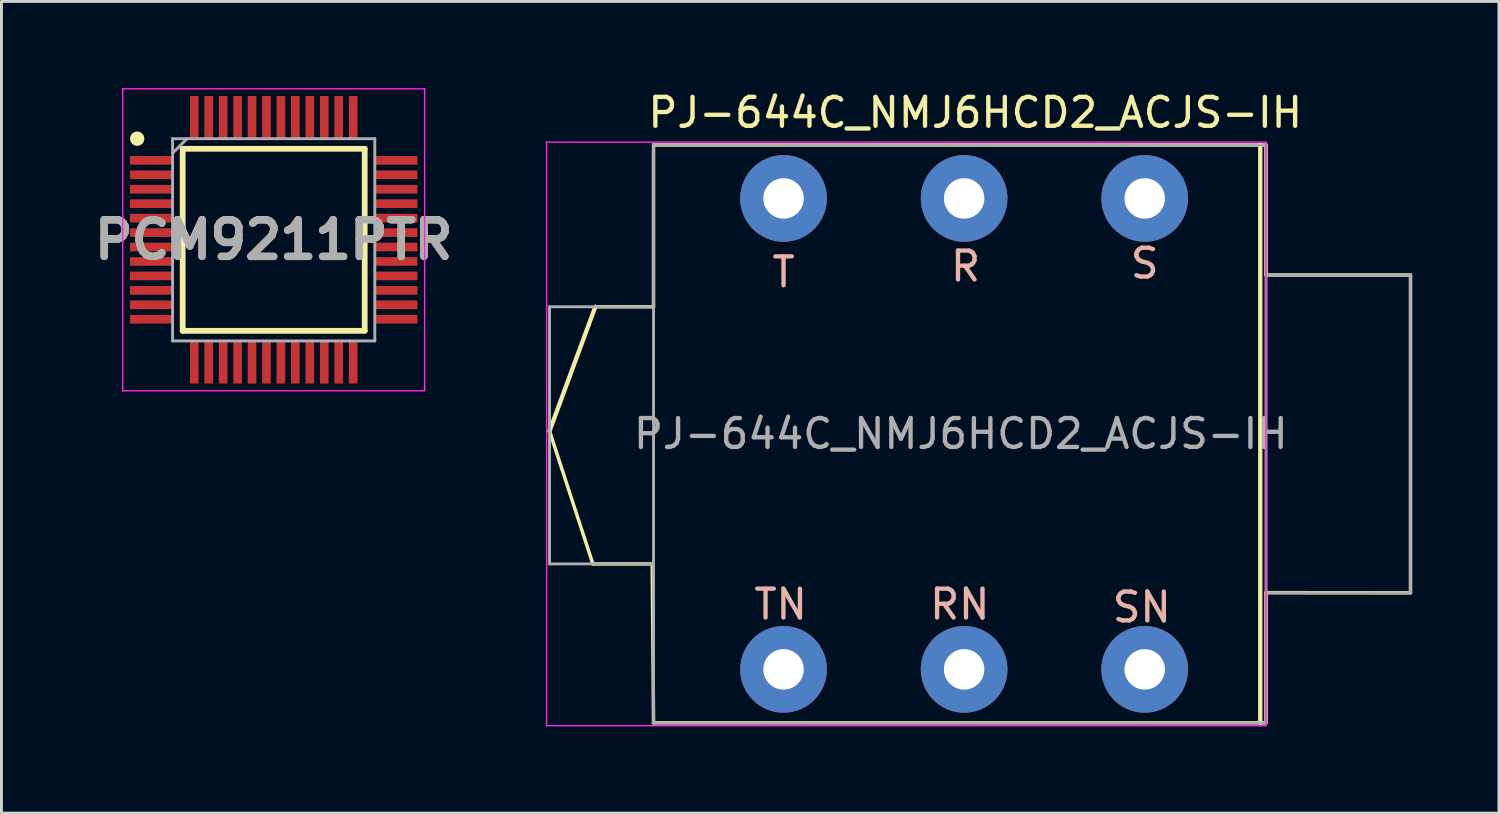
<source format=kicad_pcb>
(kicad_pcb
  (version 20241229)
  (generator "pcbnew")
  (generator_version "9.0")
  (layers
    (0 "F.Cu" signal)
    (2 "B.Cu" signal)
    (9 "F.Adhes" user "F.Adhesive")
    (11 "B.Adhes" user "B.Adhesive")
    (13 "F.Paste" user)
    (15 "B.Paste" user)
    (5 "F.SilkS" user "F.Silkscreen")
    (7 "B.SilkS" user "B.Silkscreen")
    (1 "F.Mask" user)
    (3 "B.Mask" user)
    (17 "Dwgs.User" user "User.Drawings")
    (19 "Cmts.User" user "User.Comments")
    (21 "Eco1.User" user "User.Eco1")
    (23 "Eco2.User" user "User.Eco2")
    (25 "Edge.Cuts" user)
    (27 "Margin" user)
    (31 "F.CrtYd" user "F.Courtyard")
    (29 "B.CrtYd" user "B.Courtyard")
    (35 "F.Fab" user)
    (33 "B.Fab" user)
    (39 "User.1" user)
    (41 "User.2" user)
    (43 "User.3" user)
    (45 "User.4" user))
  (footprint "PJ-644C_NMJ6HCD2_ACJS-IH"
    (layer "F.Cu")
    (at 24.07 11.968)
    (property "Reference" "PJ-644C_NMJ6HCD2_ACJS-IH" (at 6.635 -11.12 0) (layer "F.SilkS") (effects (font (size 1 1) (thickness 0.15))))
    (attr through_hole)
    (fp_line (start -8.1 -0.1) (end -6.515 -4.4) (stroke (width 0.15) (type solid)) (layer "F.SilkS"))
    (fp_line (start -6.6 4.5) (end -8.1 -0.1) (stroke (width 0.12) (type solid)) (layer "F.SilkS"))
    (fp_line (start -6.6 4.5) (end -4.545 4.5) (stroke (width 0.12) (type solid)) (layer "F.SilkS"))
    (fp_line (start -6.515 -4.4) (end -4.5 -4.4) (stroke (width 0.12) (type solid)) (layer "F.SilkS"))
    (fp_line (start -4.5 -10) (end 16.7 -10) (stroke (width 0.12) (type solid)) (layer "F.SilkS"))
    (fp_line (start -4.5 -4.4) (end -4.5 -10) (stroke (width 0.12) (type solid)) (layer "F.SilkS"))
    (fp_line (start -4.5 10) (end -4.545 4.5) (stroke (width 0.12) (type solid)) (layer "F.SilkS"))
    (fp_line (start 16.5 -10) (end 16.5 10) (stroke (width 0.15) (type solid)) (layer "F.SilkS"))
    (fp_line (start 16.7 -5.5) (end 16.7 -10.005) (stroke (width 0.12) (type solid)) (layer "F.SilkS"))
    (fp_line (start 16.7 -5.5) (end 21.7 -5.5) (stroke (width 0.12) (type solid)) (layer "F.SilkS"))
    (fp_line (start 16.7 5.495) (end 21.7 5.5) (stroke (width 0.12) (type solid)) (layer "F.SilkS"))
    (fp_line (start 16.7 10) (end -4.5 10) (stroke (width 0.12) (type solid)) (layer "F.SilkS"))
    (fp_line (start 16.7 10) (end 16.7 5.495) (stroke (width 0.12) (type solid)) (layer "F.SilkS"))
    (fp_line (start 21.7 5.5) (end 21.7 -5.5) (stroke (width 0.12) (type solid)) (layer "F.SilkS"))
    (fp_line (start -8.2 10.1) (end -8.2 -10.1) (stroke (width 0.05) (type solid)) (layer "F.CrtYd"))
    (fp_line (start -8.2 10.1) (end 16.7 10.1) (stroke (width 0.05) (type solid)) (layer "F.CrtYd"))
    (fp_line (start 16.7 -10.1) (end -8.2 -10.1) (stroke (width 0.05) (type solid)) (layer "F.CrtYd"))
    (fp_line (start 16.7 10.1) (end 16.7 -10.1) (stroke (width 0.05) (type solid)) (layer "F.CrtYd"))
    (fp_line (start -8.1 -4.4) (end -4.5 -4.4) (stroke (width 0.1) (type solid)) (layer "F.Fab"))
    (fp_line (start -8.1 4.5) (end -8.1 -4.4) (stroke (width 0.1) (type solid)) (layer "F.Fab"))
    (fp_line (start -8.1 4.5) (end -4.515 4.5) (stroke (width 0.1) (type solid)) (layer "F.Fab"))
    (fp_line (start -4.5 10) (end -4.5 -10) (stroke (width 0.1) (type solid)) (layer "F.Fab"))
    (fp_line (start 16.7 -10) (end -4.5 -10) (stroke (width 0.1) (type solid)) (layer "F.Fab"))
    (fp_line (start 16.7 10) (end -4.515 10) (stroke (width 0.1) (type solid)) (layer "F.Fab"))
    (fp_line (start 16.7 10) (end 16.7 -10) (stroke (width 0.1) (type solid)) (layer "F.Fab"))
    (fp_line (start 21.7 -5.5) (end 16.7 -5.5) (stroke (width 0.1) (type solid)) (layer "F.Fab"))
    (fp_line (start 21.7 5.5) (end 16.7 5.5) (stroke (width 0.1) (type solid)) (layer "F.Fab"))
    (fp_line (start 21.7 5.5) (end 21.7 -5.5) (stroke (width 0.1) (type solid)) (layer "F.Fab"))
    (fp_text user "TN" (at -0.1 5.9 0) (layer "B.SilkS") (effects (font (size 1 1) (thickness 0.15))))
    (fp_text user "R" (at 6.3 -5.8 0) (layer "B.SilkS") (effects (font (size 1 1) (thickness 0.15))))
    (fp_text user "RN" (at 6.1 5.9 0) (layer "B.SilkS") (effects (font (size 1 1) (thickness 0.15))))
    (fp_text user "S" (at 12.5 -5.9 0) (layer "B.SilkS") (effects (font (size 1 1) (thickness 0.15))))
    (fp_text user "SN" (at 12.4 6 0) (layer "B.SilkS") (effects (font (size 1 1) (thickness 0.15))))
    (fp_text user "T" (at 0 -5.6 0) (layer "B.SilkS") (effects (font (size 1 1) (thickness 0.15))))
    (fp_text user "${REFERENCE}" (at 6.135 -0.005 0) (layer "F.Fab") (effects (font (size 1 1) (thickness 0.15))))
    (pad "R" thru_hole circle (at 6.25 -8.15) (size 3 3) (drill 1.4) (layers "*.Cu" "*.Mask"))
    (pad "RN" thru_hole circle (at 6.25 8.15) (size 3 3) (drill 1.4) (layers "*.Cu" "*.Mask"))
    (pad "S" thru_hole circle (at 12.5 -8.15) (size 3 3) (drill 1.4) (layers "*.Cu" "*.Mask"))
    (pad "SN" thru_hole circle (at 12.5 8.15) (size 3 3) (drill 1.4) (layers "*.Cu" "*.Mask"))
    (pad "T" thru_hole circle (at 0 -8.15) (size 3 3) (drill 1.4) (layers "*.Cu" "*.Mask"))
    (pad "TN" thru_hole circle (at 0 8.15) (size 3 3) (drill 1.4) (layers "*.Cu" "*.Mask")))
  (footprint "PCM9211PTR"
    (layer "F.Cu")
    (at 6.423 5.25)
    (property "Reference" "PCM9211PTR" (at 0 0 0) (layer "F.SilkS") (effects (font (size 1.27 1.27) (thickness 0.254))))
    (attr smd)
    (fp_line (start -3.15 -3.15) (end 3.15 -3.15) (stroke (width 0.2) (type solid)) (layer "F.SilkS"))
    (fp_line (start -3.15 3.15) (end -3.15 -3.15) (stroke (width 0.2) (type solid)) (layer "F.SilkS"))
    (fp_line (start 3.15 -3.15) (end 3.15 3.15) (stroke (width 0.2) (type solid)) (layer "F.SilkS"))
    (fp_line (start 3.15 3.15) (end -3.15 3.15) (stroke (width 0.2) (type solid)) (layer "F.SilkS"))
    (fp_circle (center -4.725 -3.5) (end -4.725 -3.375) (stroke (width 0.25) (type solid)) (fill no) (layer "F.SilkS"))
    (fp_line (start -5.225 -5.225) (end 5.225 -5.225) (stroke (width 0.05) (type solid)) (layer "F.CrtYd"))
    (fp_line (start -5.225 5.225) (end -5.225 -5.225) (stroke (width 0.05) (type solid)) (layer "F.CrtYd"))
    (fp_line (start 5.225 -5.225) (end 5.225 5.225) (stroke (width 0.05) (type solid)) (layer "F.CrtYd"))
    (fp_line (start 5.225 5.225) (end -5.225 5.225) (stroke (width 0.05) (type solid)) (layer "F.CrtYd"))
    (fp_line (start -3.5 -3.5) (end 3.5 -3.5) (stroke (width 0.1) (type solid)) (layer "F.Fab"))
    (fp_line (start -3.5 -3) (end -3 -3.5) (stroke (width 0.1) (type solid)) (layer "F.Fab"))
    (fp_line (start -3.5 3.5) (end -3.5 -3.5) (stroke (width 0.1) (type solid)) (layer "F.Fab"))
    (fp_line (start 3.5 -3.5) (end 3.5 3.5) (stroke (width 0.1) (type solid)) (layer "F.Fab"))
    (fp_line (start 3.5 3.5) (end -3.5 3.5) (stroke (width 0.1) (type solid)) (layer "F.Fab"))
    (fp_text user "${REFERENCE}" (at 0 0 0) (layer "F.Fab") (effects (font (size 1.27 1.27) (thickness 0.254))))
    (pad "1" smd rect (at -4.238 -2.75 90) (size 0.3 1.475) (layers "F.Cu" "F.Mask" "F.Paste"))
    (pad "2" smd rect (at -4.238 -2.25 90) (size 0.3 1.475) (layers "F.Cu" "F.Mask" "F.Paste"))
    (pad "3" smd rect (at -4.238 -1.75 90) (size 0.3 1.475) (layers "F.Cu" "F.Mask" "F.Paste"))
    (pad "4" smd rect (at -4.238 -1.25 90) (size 0.3 1.475) (layers "F.Cu" "F.Mask" "F.Paste"))
    (pad "5" smd rect (at -4.238 -0.75 90) (size 0.3 1.475) (layers "F.Cu" "F.Mask" "F.Paste"))
    (pad "6" smd rect (at -4.238 -0.25 90) (size 0.3 1.475) (layers "F.Cu" "F.Mask" "F.Paste"))
    (pad "7" smd rect (at -4.238 0.25 90) (size 0.3 1.475) (layers "F.Cu" "F.Mask" "F.Paste"))
    (pad "8" smd rect (at -4.238 0.75 90) (size 0.3 1.475) (layers "F.Cu" "F.Mask" "F.Paste"))
    (pad "9" smd rect (at -4.238 1.25 90) (size 0.3 1.475) (layers "F.Cu" "F.Mask" "F.Paste"))
    (pad "10" smd rect (at -4.238 1.75 90) (size 0.3 1.475) (layers "F.Cu" "F.Mask" "F.Paste"))
    (pad "11" smd rect (at -4.238 2.25 90) (size 0.3 1.475) (layers "F.Cu" "F.Mask" "F.Paste"))
    (pad "12" smd rect (at -4.238 2.75 90) (size 0.3 1.475) (layers "F.Cu" "F.Mask" "F.Paste"))
    (pad "13" smd rect (at -2.75 4.238) (size 0.3 1.475) (layers "F.Cu" "F.Mask" "F.Paste"))
    (pad "14" smd rect (at -2.25 4.238) (size 0.3 1.475) (layers "F.Cu" "F.Mask" "F.Paste"))
    (pad "15" smd rect (at -1.75 4.238) (size 0.3 1.475) (layers "F.Cu" "F.Mask" "F.Paste"))
    (pad "16" smd rect (at -1.25 4.238) (size 0.3 1.475) (layers "F.Cu" "F.Mask" "F.Paste"))
    (pad "17" smd rect (at -0.75 4.238) (size 0.3 1.475) (layers "F.Cu" "F.Mask" "F.Paste"))
    (pad "18" smd rect (at -0.25 4.238) (size 0.3 1.475) (layers "F.Cu" "F.Mask" "F.Paste"))
    (pad "19" smd rect (at 0.25 4.238) (size 0.3 1.475) (layers "F.Cu" "F.Mask" "F.Paste"))
    (pad "20" smd rect (at 0.75 4.238) (size 0.3 1.475) (layers "F.Cu" "F.Mask" "F.Paste"))
    (pad "21" smd rect (at 1.25 4.238) (size 0.3 1.475) (layers "F.Cu" "F.Mask" "F.Paste"))
    (pad "22" smd rect (at 1.75 4.238) (size 0.3 1.475) (layers "F.Cu" "F.Mask" "F.Paste"))
    (pad "23" smd rect (at 2.25 4.238) (size 0.3 1.475) (layers "F.Cu" "F.Mask" "F.Paste"))
    (pad "24" smd rect (at 2.75 4.238) (size 0.3 1.475) (layers "F.Cu" "F.Mask" "F.Paste"))
    (pad "25" smd rect (at 4.238 2.75 90) (size 0.3 1.475) (layers "F.Cu" "F.Mask" "F.Paste"))
    (pad "26" smd rect (at 4.238 2.25 90) (size 0.3 1.475) (layers "F.Cu" "F.Mask" "F.Paste"))
    (pad "27" smd rect (at 4.238 1.75 90) (size 0.3 1.475) (layers "F.Cu" "F.Mask" "F.Paste"))
    (pad "28" smd rect (at 4.238 1.25 90) (size 0.3 1.475) (layers "F.Cu" "F.Mask" "F.Paste"))
    (pad "29" smd rect (at 4.238 0.75 90) (size 0.3 1.475) (layers "F.Cu" "F.Mask" "F.Paste"))
    (pad "30" smd rect (at 4.238 0.25 90) (size 0.3 1.475) (layers "F.Cu" "F.Mask" "F.Paste"))
    (pad "31" smd rect (at 4.238 -0.25 90) (size 0.3 1.475) (layers "F.Cu" "F.Mask" "F.Paste"))
    (pad "32" smd rect (at 4.238 -0.75 90) (size 0.3 1.475) (layers "F.Cu" "F.Mask" "F.Paste"))
    (pad "33" smd rect (at 4.238 -1.25 90) (size 0.3 1.475) (layers "F.Cu" "F.Mask" "F.Paste"))
    (pad "34" smd rect (at 4.238 -1.75 90) (size 0.3 1.475) (layers "F.Cu" "F.Mask" "F.Paste"))
    (pad "35" smd rect (at 4.238 -2.25 90) (size 0.3 1.475) (layers "F.Cu" "F.Mask" "F.Paste"))
    (pad "36" smd rect (at 4.238 -2.75 90) (size 0.3 1.475) (layers "F.Cu" "F.Mask" "F.Paste"))
    (pad "37" smd rect (at 2.75 -4.238) (size 0.3 1.475) (layers "F.Cu" "F.Mask" "F.Paste"))
    (pad "38" smd rect (at 2.25 -4.238) (size 0.3 1.475) (layers "F.Cu" "F.Mask" "F.Paste"))
    (pad "39" smd rect (at 1.75 -4.238) (size 0.3 1.475) (layers "F.Cu" "F.Mask" "F.Paste"))
    (pad "40" smd rect (at 1.25 -4.238) (size 0.3 1.475) (layers "F.Cu" "F.Mask" "F.Paste"))
    (pad "41" smd rect (at 0.75 -4.238) (size 0.3 1.475) (layers "F.Cu" "F.Mask" "F.Paste"))
    (pad "42" smd rect (at 0.25 -4.238) (size 0.3 1.475) (layers "F.Cu" "F.Mask" "F.Paste"))
    (pad "43" smd rect (at -0.25 -4.238) (size 0.3 1.475) (layers "F.Cu" "F.Mask" "F.Paste"))
    (pad "44" smd rect (at -0.75 -4.238) (size 0.3 1.475) (layers "F.Cu" "F.Mask" "F.Paste"))
    (pad "45" smd rect (at -1.25 -4.238) (size 0.3 1.475) (layers "F.Cu" "F.Mask" "F.Paste"))
    (pad "46" smd rect (at -1.75 -4.238) (size 0.3 1.475) (layers "F.Cu" "F.Mask" "F.Paste"))
    (pad "47" smd rect (at -2.25 -4.238) (size 0.3 1.475) (layers "F.Cu" "F.Mask" "F.Paste"))
    (pad "48" smd rect (at -2.75 -4.238) (size 0.3 1.475) (layers "F.Cu" "F.Mask" "F.Paste")))
  (gr_rect
    (start -3 -3)
    (end 48.83 25.093)
    (stroke (width 0.1) (type default))
    (fill no)
    (layer "Edge.Cuts")))
</source>
